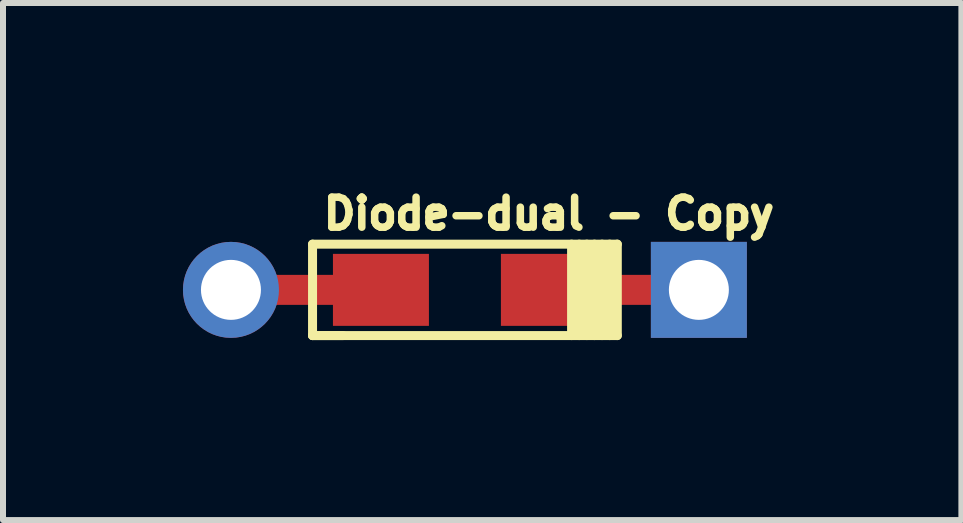
<source format=kicad_pcb>
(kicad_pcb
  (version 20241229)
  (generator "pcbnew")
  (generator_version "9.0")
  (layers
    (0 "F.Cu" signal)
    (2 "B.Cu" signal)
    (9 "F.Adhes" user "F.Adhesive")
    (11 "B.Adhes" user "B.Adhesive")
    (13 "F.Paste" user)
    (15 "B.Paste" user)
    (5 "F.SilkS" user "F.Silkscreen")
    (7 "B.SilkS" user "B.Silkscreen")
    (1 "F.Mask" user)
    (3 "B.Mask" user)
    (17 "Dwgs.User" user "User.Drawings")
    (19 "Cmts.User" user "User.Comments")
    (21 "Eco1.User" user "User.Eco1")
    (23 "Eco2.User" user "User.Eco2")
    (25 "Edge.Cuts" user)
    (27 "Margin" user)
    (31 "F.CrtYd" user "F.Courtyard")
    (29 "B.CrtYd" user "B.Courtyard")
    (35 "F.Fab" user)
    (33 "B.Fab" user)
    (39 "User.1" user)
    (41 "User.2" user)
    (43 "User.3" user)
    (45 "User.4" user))
  (footprint "Diode-dual - Copy"
    (layer "F.Cu")
    (at 4.7 1.782)
    (property "Reference" "Diode-dual - Copy" (at 1.4 -1.27 0) (layer "F.SilkS") (effects (font (size 0.5 0.5) (thickness 0.125))))
    (attr smd)
    (fp_line (start -2.54 -0.762) (end -2.54 0.762) (stroke (width 0.15) (type solid)) (layer "F.SilkS"))
    (fp_line (start -2.54 0.762) (end -2.032 0.762) (stroke (width 0.15) (type solid)) (layer "F.SilkS"))
    (fp_line (start -2.54 0.762) (end 2.54 0.762) (stroke (width 0.15) (type solid)) (layer "F.SilkS"))
    (fp_line (start 1.778 0.762) (end 1.778 -0.762) (stroke (width 0.15) (type solid)) (layer "F.SilkS"))
    (fp_line (start 1.905 0.762) (end 1.905 -0.762) (stroke (width 0.15) (type solid)) (layer "F.SilkS"))
    (fp_line (start 2.032 -0.762) (end 2.032 0.762) (stroke (width 0.15) (type solid)) (layer "F.SilkS"))
    (fp_line (start 2.159 0.762) (end 2.159 -0.762) (stroke (width 0.15) (type solid)) (layer "F.SilkS"))
    (fp_line (start 2.286 -0.762) (end 2.286 0.762) (stroke (width 0.15) (type solid)) (layer "F.SilkS"))
    (fp_line (start 2.413 0.762) (end 2.413 -0.762) (stroke (width 0.15) (type solid)) (layer "F.SilkS"))
    (fp_line (start 2.54 -0.762) (end -2.54 -0.762) (stroke (width 0.15) (type solid)) (layer "F.SilkS"))
    (fp_line (start 2.54 0.762) (end 2.54 -0.762) (stroke (width 0.15) (type solid)) (layer "F.SilkS"))
    (pad "1" smd rect (at 1.4 0) (size 1.6 1.2) (layers "F.Cu" "F.Mask" "F.Paste"))
    (pad "1" smd rect (at 2.5 0) (size 2.9 0.5) (layers "F.Cu"))
    (pad "1" thru_hole rect (at 3.9 0) (size 1.6 1.6) (drill 1) (layers "*.Cu" "*.Mask"))
    (pad "2" thru_hole circle (at -3.9 0) (size 1.6 1.6) (drill 1) (layers "*.Cu" "*.Mask"))
    (pad "2" smd rect (at -2.5 0) (size 2.9 0.5) (layers "F.Cu"))
    (pad "2" smd rect (at -1.4 0) (size 1.6 1.2) (layers "F.Cu" "F.Mask" "F.Paste")))
  (gr_rect
    (start -3 -3)
    (end 12.976 5.619)
    (stroke (width 0.1) (type default))
    (fill no)
    (layer "Edge.Cuts")))
</source>
